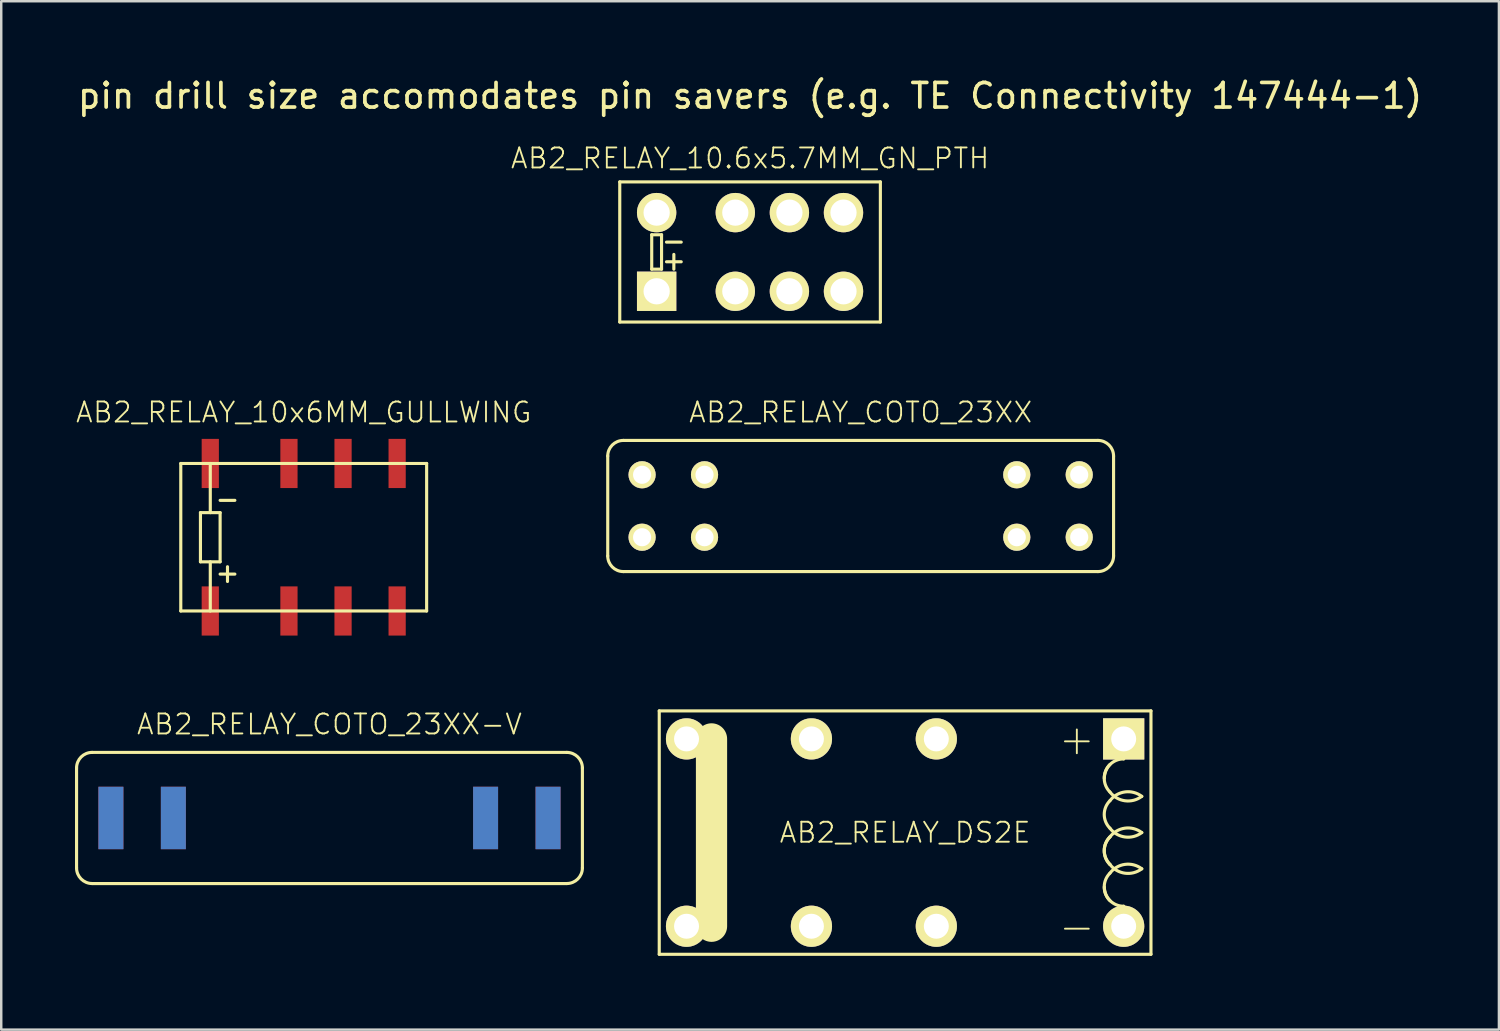
<source format=kicad_pcb>
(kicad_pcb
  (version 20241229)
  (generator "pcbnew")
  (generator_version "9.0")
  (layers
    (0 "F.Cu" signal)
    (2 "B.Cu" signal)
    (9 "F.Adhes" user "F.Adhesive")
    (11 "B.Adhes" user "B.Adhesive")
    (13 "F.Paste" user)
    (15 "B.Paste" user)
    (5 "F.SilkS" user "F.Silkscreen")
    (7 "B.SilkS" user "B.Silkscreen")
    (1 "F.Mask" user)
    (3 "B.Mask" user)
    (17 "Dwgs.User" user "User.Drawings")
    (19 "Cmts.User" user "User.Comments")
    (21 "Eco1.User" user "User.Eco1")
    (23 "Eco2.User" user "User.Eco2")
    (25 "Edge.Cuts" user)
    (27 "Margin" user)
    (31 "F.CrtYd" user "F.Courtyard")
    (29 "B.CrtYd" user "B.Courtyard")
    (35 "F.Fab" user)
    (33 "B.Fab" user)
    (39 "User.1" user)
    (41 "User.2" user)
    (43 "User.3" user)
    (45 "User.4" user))
  (footprint "AB2_RELAY_10.6x5.7MM_GN_PTH"
    (layer "F.Cu")
    (at 27.458 7.198)
    (property "Reference" "AB2_RELAY_10.6x5.7MM_GN_PTH" (at 0 -3.81 0) (layer "F.SilkS") (effects (font (size 0.813 0.813) (thickness 0.076))))
    (attr through_hole)
    (fp_line (start -5.3 -2.85) (end 5.3 -2.85) (stroke (width 0.127) (type solid)) (layer "F.SilkS"))
    (fp_line (start -5.3 2.85) (end -5.3 -2.85) (stroke (width 0.127) (type solid)) (layer "F.SilkS"))
    (fp_line (start -4 -0.7) (end -4 0.7) (stroke (width 0.127) (type solid)) (layer "F.SilkS"))
    (fp_line (start -4 0.7) (end -3.6 0.7) (stroke (width 0.127) (type solid)) (layer "F.SilkS"))
    (fp_line (start -3.6 -0.7) (end -4 -0.7) (stroke (width 0.127) (type solid)) (layer "F.SilkS"))
    (fp_line (start -3.6 -0.7) (end -3.6 0.7) (stroke (width 0.127) (type solid)) (layer "F.SilkS"))
    (fp_line (start -3.4 -0.4) (end -2.8 -0.4) (stroke (width 0.127) (type solid)) (layer "F.SilkS"))
    (fp_line (start -3.4 0.4) (end -2.8 0.4) (stroke (width 0.127) (type solid)) (layer "F.SilkS"))
    (fp_line (start -3.1 0.1) (end -3.1 0.7) (stroke (width 0.127) (type solid)) (layer "F.SilkS"))
    (fp_line (start 5.3 -2.85) (end 5.3 2.85) (stroke (width 0.127) (type solid)) (layer "F.SilkS"))
    (fp_line (start 5.3 2.85) (end -5.3 2.85) (stroke (width 0.127) (type solid)) (layer "F.SilkS"))
    (fp_text user "pin drill size accomodates pin savers (e.g. TE Connectivity 147444-1)" (at 0 -6.35 0) (layer "F.SilkS") (effects (font (size 1 1) (thickness 0.15))))
    (pad "1" thru_hole rect (at -3.8 1.6) (size 1.6 1.6) (drill 1.067) (layers "*.Cu" "*.Mask" "F.SilkS"))
    (pad "2" thru_hole circle (at -0.6 1.6) (size 1.6 1.6) (drill 1.067) (layers "*.Cu" "*.Mask" "F.SilkS"))
    (pad "3" thru_hole circle (at 1.6 1.6) (size 1.6 1.6) (drill 1.067) (layers "*.Cu" "*.Mask" "F.SilkS"))
    (pad "4" thru_hole circle (at 3.8 1.6) (size 1.6 1.6) (drill 1.067) (layers "*.Cu" "*.Mask" "F.SilkS"))
    (pad "5" thru_hole circle (at 3.8 -1.6) (size 1.6 1.6) (drill 1.067) (layers "*.Cu" "*.Mask" "F.SilkS"))
    (pad "6" thru_hole circle (at 1.6 -1.6) (size 1.6 1.6) (drill 1.067) (layers "*.Cu" "*.Mask" "F.SilkS"))
    (pad "7" thru_hole circle (at -0.6 -1.6) (size 1.6 1.6) (drill 1.067) (layers "*.Cu" "*.Mask" "F.SilkS"))
    (pad "8" thru_hole circle (at -3.8 -1.6) (size 1.6 1.6) (drill 1.067) (layers "*.Cu" "*.Mask" "F.SilkS")))
  (footprint "AB2_RELAY_COTO_23XX"
    (layer "F.Cu")
    (at 31.956 17.531)
    (property "Reference" "AB2_RELAY_COTO_23XX" (at 0 -3.81 0) (layer "F.SilkS") (effects (font (size 0.813 0.813) (thickness 0.076))))
    (attr through_hole)
    (fp_line (start -10.287 2.032) (end -10.287 -2.032) (stroke (width 0.127) (type solid)) (layer "F.SilkS"))
    (fp_line (start -9.652 -2.667) (end 9.652 -2.667) (stroke (width 0.127) (type solid)) (layer "F.SilkS"))
    (fp_line (start 9.652 2.667) (end -9.652 2.667) (stroke (width 0.127) (type solid)) (layer "F.SilkS"))
    (fp_line (start 10.287 -2.032) (end 10.287 2.032) (stroke (width 0.127) (type solid)) (layer "F.SilkS"))
    (fp_arc (start -10.287 -2.032) (mid -10.101013 -2.481013) (end -9.652 -2.667) (stroke (width 0.127) (type solid)) (layer "F.SilkS"))
    (fp_arc (start -9.652 2.667) (mid -10.101013 2.481013) (end -10.287 2.032) (stroke (width 0.127) (type solid)) (layer "F.SilkS"))
    (fp_arc (start 9.652 -2.667) (mid 10.101013 -2.481013) (end 10.287 -2.032) (stroke (width 0.127) (type solid)) (layer "F.SilkS"))
    (fp_arc (start 10.287 2.032) (mid 10.101013 2.481013) (end 9.652 2.667) (stroke (width 0.127) (type solid)) (layer "F.SilkS"))
    (pad "1" thru_hole circle (at -8.89 1.27) (size 1.105 1.105) (drill 0.737) (layers "*.Cu" "*.Mask" "F.SilkS"))
    (pad "2" thru_hole circle (at -6.35 1.27) (size 1.105 1.105) (drill 0.737) (layers "*.Cu" "*.Mask" "F.SilkS"))
    (pad "3" thru_hole circle (at 6.35 1.27) (size 1.105 1.105) (drill 0.737) (layers "*.Cu" "*.Mask" "F.SilkS"))
    (pad "4" thru_hole circle (at 8.89 1.27) (size 1.105 1.105) (drill 0.737) (layers "*.Cu" "*.Mask" "F.SilkS"))
    (pad "5" thru_hole circle (at 8.89 -1.27) (size 1.105 1.105) (drill 0.737) (layers "*.Cu" "*.Mask" "F.SilkS"))
    (pad "6" thru_hole circle (at 6.35 -1.27) (size 1.105 1.105) (drill 0.737) (layers "*.Cu" "*.Mask" "F.SilkS"))
    (pad "7" thru_hole circle (at -6.35 -1.27) (size 1.105 1.105) (drill 0.737) (layers "*.Cu" "*.Mask" "F.SilkS"))
    (pad "8" thru_hole circle (at -8.89 -1.27) (size 1.105 1.105) (drill 0.737) (layers "*.Cu" "*.Mask" "F.SilkS")))
  (footprint "AB2_RELAY_COTO_23XX-V"
    (layer "F.Cu")
    (at 10.351 30.22)
    (property "Reference" "AB2_RELAY_COTO_23XX-V" (at 0 -3.81 0) (layer "F.SilkS") (effects (font (size 0.813 0.813) (thickness 0.076))))
    (attr through_hole)
    (fp_line (start -10.287 2.032) (end -10.287 -2.032) (stroke (width 0.127) (type solid)) (layer "F.SilkS"))
    (fp_line (start -9.652 -2.667) (end 9.652 -2.667) (stroke (width 0.127) (type solid)) (layer "F.SilkS"))
    (fp_line (start 9.652 2.667) (end -9.652 2.667) (stroke (width 0.127) (type solid)) (layer "F.SilkS"))
    (fp_line (start 10.287 -2.032) (end 10.287 2.032) (stroke (width 0.127) (type solid)) (layer "F.SilkS"))
    (fp_arc (start -10.287 -2.032) (mid -10.101013 -2.481013) (end -9.652 -2.667) (stroke (width 0.127) (type solid)) (layer "F.SilkS"))
    (fp_arc (start -9.652 2.667) (mid -10.101013 2.481013) (end -10.287 2.032) (stroke (width 0.127) (type solid)) (layer "F.SilkS"))
    (fp_arc (start 9.652 -2.667) (mid 10.101013 -2.481013) (end 10.287 -2.032) (stroke (width 0.127) (type solid)) (layer "F.SilkS"))
    (fp_arc (start 10.287 2.032) (mid 10.101013 2.481013) (end 9.652 2.667) (stroke (width 0.127) (type solid)) (layer "F.SilkS"))
    (pad "1" smd rect (at -8.89 0) (size 1.016 2.54) (layers "F.Cu" "F.Mask" "F.Paste"))
    (pad "2" smd rect (at -6.35 0) (size 1.016 2.54) (layers "F.Cu" "F.Mask" "F.Paste"))
    (pad "3" smd rect (at 6.35 0) (size 1.016 2.54) (layers "F.Cu" "F.Mask" "F.Paste"))
    (pad "4" smd rect (at 8.89 0) (size 1.016 2.54) (layers "F.Cu" "F.Mask" "F.Paste"))
    (pad "5" smd rect (at 8.89 0) (size 1.016 2.54) (layers "B.Cu" "B.Mask" "B.Paste"))
    (pad "6" smd rect (at 6.35 0) (size 1.016 2.54) (layers "B.Cu" "B.Mask" "B.Paste"))
    (pad "7" smd rect (at -6.35 0) (size 1.016 2.54) (layers "B.Cu" "B.Mask" "B.Paste"))
    (pad "8" smd rect (at -8.89 0) (size 1.016 2.54) (layers "B.Cu" "B.Mask" "B.Paste")))
  (footprint "AB2_RELAY_10x6MM_GULLWING"
    (layer "F.Cu")
    (at 9.303 18.801)
    (property "Reference" "AB2_RELAY_10x6MM_GULLWING" (at 0 -5.08 0) (layer "F.SilkS") (effects (font (size 0.813 0.813) (thickness 0.076))))
    (attr through_hole)
    (fp_line (start -5 -3) (end 5 -3) (stroke (width 0.127) (type solid)) (layer "F.SilkS"))
    (fp_line (start -5 3) (end -5 -3) (stroke (width 0.127) (type solid)) (layer "F.SilkS"))
    (fp_line (start -4.2 -1) (end -4.2 1) (stroke (width 0.127) (type solid)) (layer "F.SilkS"))
    (fp_line (start -4.2 1) (end -3.4 1) (stroke (width 0.127) (type solid)) (layer "F.SilkS"))
    (fp_line (start -3.8 -1) (end -3.8 -3) (stroke (width 0.127) (type solid)) (layer "F.SilkS"))
    (fp_line (start -3.8 1) (end -3.8 3) (stroke (width 0.127) (type solid)) (layer "F.SilkS"))
    (fp_line (start -3.4 -1.5) (end -2.8 -1.5) (stroke (width 0.127) (type solid)) (layer "F.SilkS"))
    (fp_line (start -3.4 -1) (end -4.2 -1) (stroke (width 0.127) (type solid)) (layer "F.SilkS"))
    (fp_line (start -3.4 1) (end -3.4 -1) (stroke (width 0.127) (type solid)) (layer "F.SilkS"))
    (fp_line (start -3.4 1.5) (end -2.8 1.5) (stroke (width 0.127) (type solid)) (layer "F.SilkS"))
    (fp_line (start -3.1 1.2) (end -3.1 1.8) (stroke (width 0.127) (type solid)) (layer "F.SilkS"))
    (fp_line (start 5 -3) (end 5 3) (stroke (width 0.127) (type solid)) (layer "F.SilkS"))
    (fp_line (start 5 3) (end -5 3) (stroke (width 0.127) (type solid)) (layer "F.SilkS"))
    (pad "1" smd rect (at -3.8 3) (size 0.7 2) (layers "F.Cu" "F.Mask" "F.Paste"))
    (pad "2" smd rect (at -0.6 3) (size 0.7 2) (layers "F.Cu" "F.Mask" "F.Paste"))
    (pad "3" smd rect (at 1.6 3) (size 0.7 2) (layers "F.Cu" "F.Mask" "F.Paste"))
    (pad "4" smd rect (at 3.8 3) (size 0.7 2) (layers "F.Cu" "F.Mask" "F.Paste"))
    (pad "5" smd rect (at 3.8 -3) (size 0.7 2) (layers "F.Cu" "F.Mask" "F.Paste"))
    (pad "6" smd rect (at 1.6 -3) (size 0.7 2) (layers "F.Cu" "F.Mask" "F.Paste"))
    (pad "7" smd rect (at -0.6 -3) (size 0.7 2) (layers "F.Cu" "F.Mask" "F.Paste"))
    (pad "8" smd rect (at -3.8 -3) (size 0.7 2) (layers "F.Cu" "F.Mask" "F.Paste")))
  (footprint "AB2_RELAY_DS2E"
    (layer "F.Cu")
    (at 33.764 30.814)
    (property "Reference" "AB2_RELAY_DS2E" (at 0 0 0) (layer "F.SilkS") (effects (font (size 0.813 0.813) (thickness 0.076))))
    (attr through_hole)
    (fp_line (start -10 -4.95) (end 10 -4.95) (stroke (width 0.127) (type solid)) (layer "F.SilkS"))
    (fp_line (start -10 4.95) (end -10 -4.95) (stroke (width 0.127) (type solid)) (layer "F.SilkS"))
    (fp_line (start -7.874 -3.81) (end -7.874 3.81) (stroke (width 1.27) (type solid)) (layer "F.SilkS"))
    (fp_line (start 8.89 -3.81) (end 8.89 -2.997) (stroke (width 0.127) (type solid)) (layer "F.SilkS"))
    (fp_line (start 8.89 3.81) (end 8.89 2.997) (stroke (width 0.127) (type solid)) (layer "F.SilkS"))
    (fp_line (start 10 -4.95) (end 10 4.95) (stroke (width 0.127) (type solid)) (layer "F.SilkS"))
    (fp_line (start 10 4.95) (end -10 4.95) (stroke (width 0.127) (type solid)) (layer "F.SilkS"))
    (fp_arc (start 8.1026 -2.2098) (mid 8.333224 -2.766576) (end 8.89 -2.9972) (stroke (width 0.127) (type solid)) (layer "F.SilkS"))
    (fp_arc (start 8.3312 -1.651) (mid 8.099737 -2.2098) (end 8.3312 -2.7686) (stroke (width 0.127) (type solid)) (layer "F.SilkS"))
    (fp_arc (start 8.3312 -1.2954) (mid 8.942076 -1.652586) (end 9.6266 -1.4732) (stroke (width 0.127) (type solid)) (layer "F.SilkS"))
    (fp_arc (start 8.3312 -0.1778) (mid 8.099737 -0.7366) (end 8.3312 -1.2954) (stroke (width 0.127) (type solid)) (layer "F.SilkS"))
    (fp_arc (start 8.3312 0.1778) (mid 8.942076 -0.179386) (end 9.6266 0) (stroke (width 0.127) (type solid)) (layer "F.SilkS"))
    (fp_arc (start 8.3312 1.2954) (mid 8.099737 0.7366) (end 8.3312 0.1778) (stroke (width 0.127) (type solid)) (layer "F.SilkS"))
    (fp_arc (start 8.3312 1.2954) (mid 8.099737 0.7366) (end 8.3312 0.1778) (stroke (width 0.127) (type solid)) (layer "F.SilkS"))
    (fp_arc (start 8.3312 1.651) (mid 8.942076 1.293814) (end 9.6266 1.4732) (stroke (width 0.127) (type solid)) (layer "F.SilkS"))
    (fp_arc (start 8.3312 2.7686) (mid 8.099737 2.2098) (end 8.3312 1.651) (stroke (width 0.127) (type solid)) (layer "F.SilkS"))
    (fp_arc (start 8.89 2.9972) (mid 8.333224 2.766576) (end 8.1026 2.2098) (stroke (width 0.127) (type solid)) (layer "F.SilkS"))
    (fp_arc (start 9.6266 -1.4732) (mid 8.942076 -1.293814) (end 8.3312 -1.651) (stroke (width 0.127) (type solid)) (layer "F.SilkS"))
    (fp_arc (start 9.6266 0) (mid 8.942076 0.179386) (end 8.3312 -0.1778) (stroke (width 0.127) (type solid)) (layer "F.SilkS"))
    (fp_arc (start 9.6266 1.4732) (mid 8.942076 1.652586) (end 8.3312 1.2954) (stroke (width 0.127) (type solid)) (layer "F.SilkS"))
    (fp_text user "-" (at 6.985 3.81 0) (layer "F.SilkS") (effects (font (size 1.27 1.27) (thickness 0.076))))
    (fp_text user "+" (at 6.985 -3.81 0) (layer "F.SilkS") (effects (font (size 1.27 1.27) (thickness 0.076))))
    (pad "1" thru_hole rect (at 8.89 -3.81) (size 1.676 1.676) (drill 1.016) (layers "*.Cu" "*.Mask" "F.SilkS"))
    (pad "4" thru_hole circle (at 1.27 -3.81) (size 1.676 1.676) (drill 1.016) (layers "*.Cu" "*.Mask" "F.SilkS"))
    (pad "6" thru_hole circle (at -3.81 -3.81) (size 1.676 1.676) (drill 1.016) (layers "*.Cu" "*.Mask" "F.SilkS"))
    (pad "8" thru_hole circle (at -8.89 -3.81) (size 1.676 1.676) (drill 1.016) (layers "*.Cu" "*.Mask" "F.SilkS"))
    (pad "9" thru_hole circle (at -8.89 3.81) (size 1.676 1.676) (drill 1.016) (layers "*.Cu" "*.Mask" "F.SilkS"))
    (pad "11" thru_hole circle (at -3.81 3.81) (size 1.676 1.676) (drill 1.016) (layers "*.Cu" "*.Mask" "F.SilkS"))
    (pad "13" thru_hole circle (at 1.27 3.81) (size 1.676 1.676) (drill 1.016) (layers "*.Cu" "*.Mask" "F.SilkS"))
    (pad "16" thru_hole circle (at 8.89 3.81) (size 1.676 1.676) (drill 1.016) (layers "*.Cu" "*.Mask" "F.SilkS")))
  (gr_rect
    (start -3 -3)
    (end 57.917 38.828)
    (stroke (width 0.1) (type default))
    (fill no)
    (layer "Edge.Cuts")))
</source>
